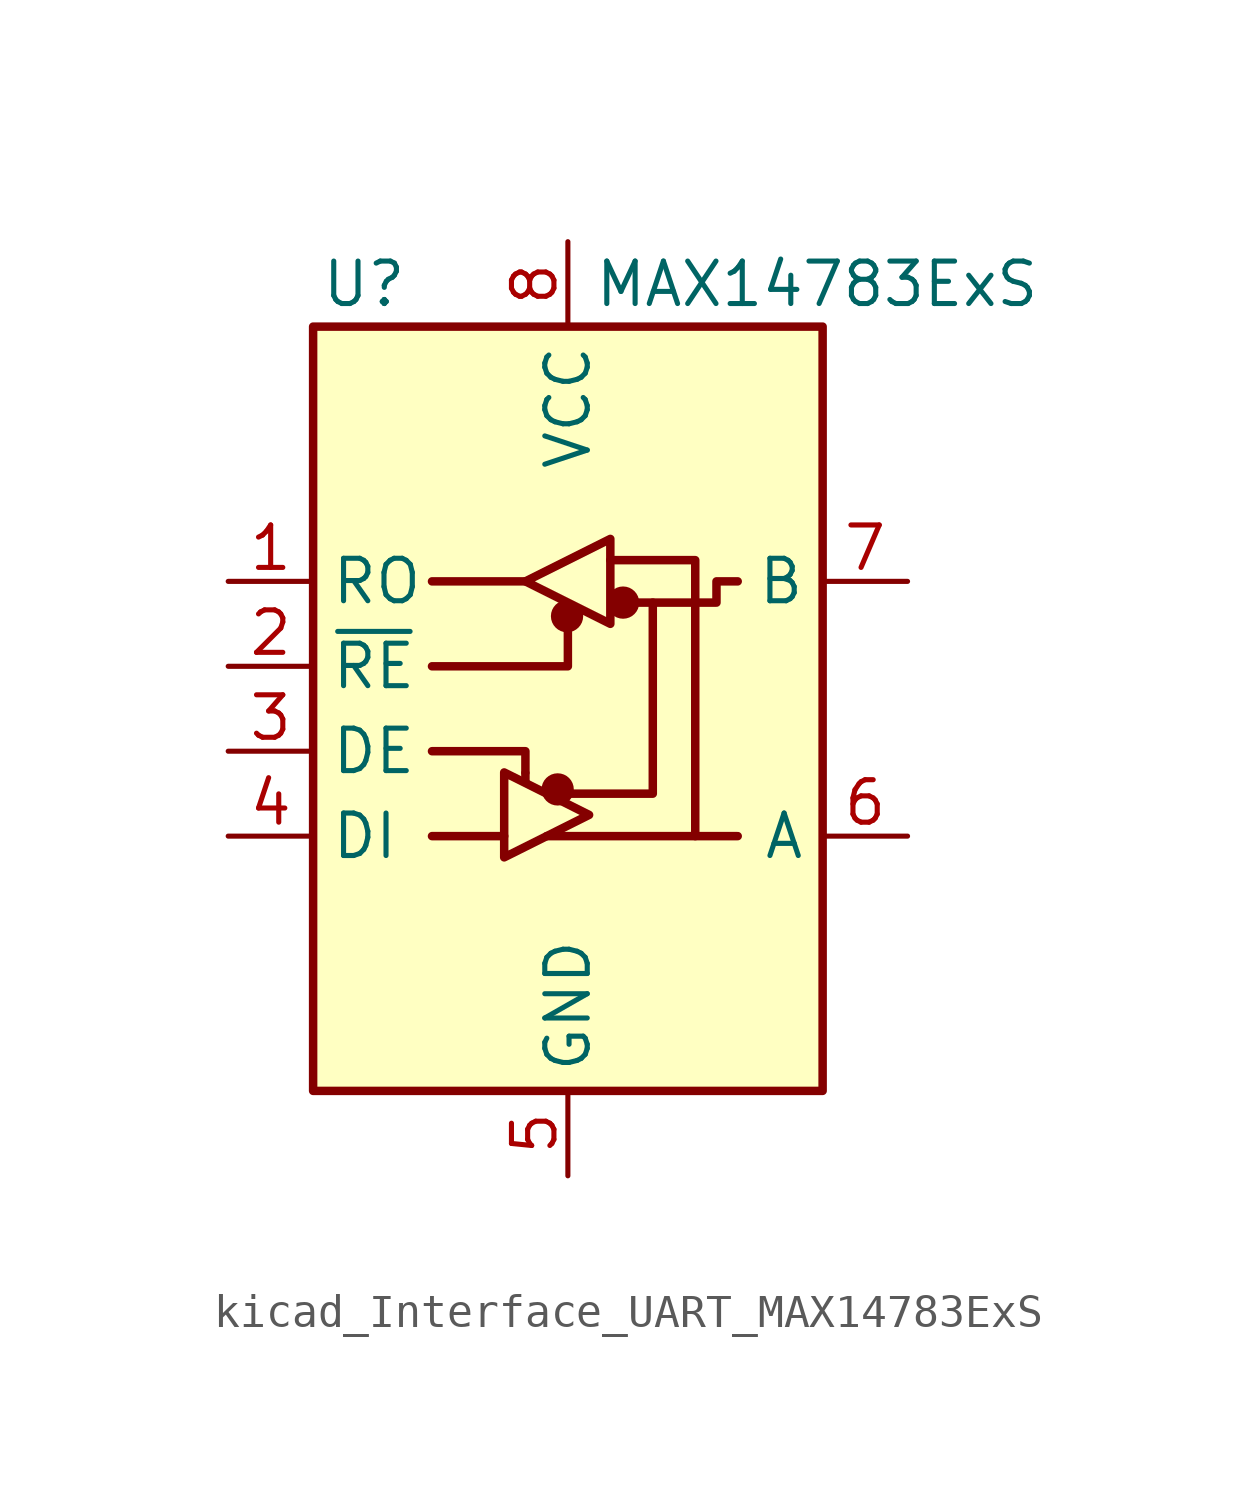
<source format=kicad_sym>
(kicad_symbol_lib
  (version 20220914)
  (generator kicad_symbol_editor)
  (symbol "kicad_Interface_UART_MAX14783ExS"
    (property "Reference" "U"
      (at -6.096 11.43 0)
      (effects (font (size 1.27 1.27))))
    (property "Value" "MAX14783ExS"
      (at 0.762 11.43 0)
      (effects (font (size 1.27 1.27)) (justify left)))
    (symbol "kicad_Interface_UART_MAX14783ExS_0_1"
      (rectangle (start -7.62 10.16) (end 7.62 -12.7) (stroke (width 0.254) (type default)) (fill (type background)))
      (circle (center -0.305 -3.683) (radius 0.356) (stroke (width 0.254) (type default)) (fill (type outline)))
      (circle (center -0.025 1.499) (radius 0.356) (stroke (width 0.254) (type default)) (fill (type outline)))
      (polyline (pts (xy -4.064 -5.08) (xy -1.905 -5.08)) (stroke (width 0.254) (type default)) (fill (type none)))
      (polyline (pts (xy -4.064 2.54) (xy -1.27 2.54)) (stroke (width 0.254) (type default)) (fill (type none)))
      (polyline (pts (xy -1.27 -3.2) (xy -1.27 -3.454)) (stroke (width 0.254) (type default)) (fill (type none)))
      (polyline (pts (xy -0.635 -5.08) (xy 5.08 -5.08)) (stroke (width 0.254) (type default)) (fill (type none)))
      (polyline (pts (xy -4.064 -2.54) (xy -1.27 -2.54) (xy -1.27 -3.175)) (stroke (width 0.254) (type default)) (fill (type none)))
      (polyline (pts (xy 0 1.27) (xy 0 0) (xy -4.064 0)) (stroke (width 0.254) (type default)) (fill (type none)))
      (polyline (pts (xy 1.27 3.175) (xy 3.81 3.175) (xy 3.81 -5.08)) (stroke (width 0.254) (type default)) (fill (type none)))
      (polyline (pts (xy 2.54 1.905) (xy 2.54 -3.81) (xy 0 -3.81)) (stroke (width 0.254) (type default)) (fill (type none)))
      (polyline (pts (xy -1.905 -3.175) (xy -1.905 -5.715) (xy 0.635 -4.445) (xy -1.905 -3.175)) (stroke (width 0.254) (type default)) (fill (type none)))
      (polyline (pts (xy -1.27 2.54) (xy 1.27 3.81) (xy 1.27 1.27) (xy -1.27 2.54)) (stroke (width 0.254) (type default)) (fill (type none)))
      (polyline (pts (xy 1.905 1.905) (xy 4.445 1.905) (xy 4.445 2.54) (xy 5.08 2.54)) (stroke (width 0.254) (type default)) (fill (type none)))
      (rectangle (start 1.27 3.175) (end 1.27 3.175) (stroke (width 0) (type default)) (fill (type none)))
      (circle (center 1.651 1.905) (radius 0.356) (stroke (width 0.254) (type default)) (fill (type outline))))
    (symbol "kicad_Interface_UART_MAX14783ExS_1_1"
      (pin output line (at -10.16 2.54 0) (length 2.54) (name "RO" (effects (font (size 1.27 1.27)))) (number "1" (effects (font (size 1.27 1.27)))))
      (pin input line (at -10.16 0 0) (length 2.54) (name "~{RE}" (effects (font (size 1.27 1.27)))) (number "2" (effects (font (size 1.27 1.27)))))
      (pin input line (at -10.16 -2.54 0) (length 2.54) (name "DE" (effects (font (size 1.27 1.27)))) (number "3" (effects (font (size 1.27 1.27)))))
      (pin input line (at -10.16 -5.08 0) (length 2.54) (name "DI" (effects (font (size 1.27 1.27)))) (number "4" (effects (font (size 1.27 1.27)))))
      (pin power_in line (at 0 -15.24 90) (length 2.54) (name "GND" (effects (font (size 1.27 1.27)))) (number "5" (effects (font (size 1.27 1.27)))))
      (pin bidirectional line (at 10.16 -5.08 180) (length 2.54) (name "A" (effects (font (size 1.27 1.27)))) (number "6" (effects (font (size 1.27 1.27)))))
      (pin bidirectional line (at 10.16 2.54 180) (length 2.54) (name "B" (effects (font (size 1.27 1.27)))) (number "7" (effects (font (size 1.27 1.27)))))
      (pin power_in line (at 0 12.7 270) (length 2.54) (name "VCC" (effects (font (size 1.27 1.27)))) (number "8" (effects (font (size 1.27 1.27))))))))
</source>
